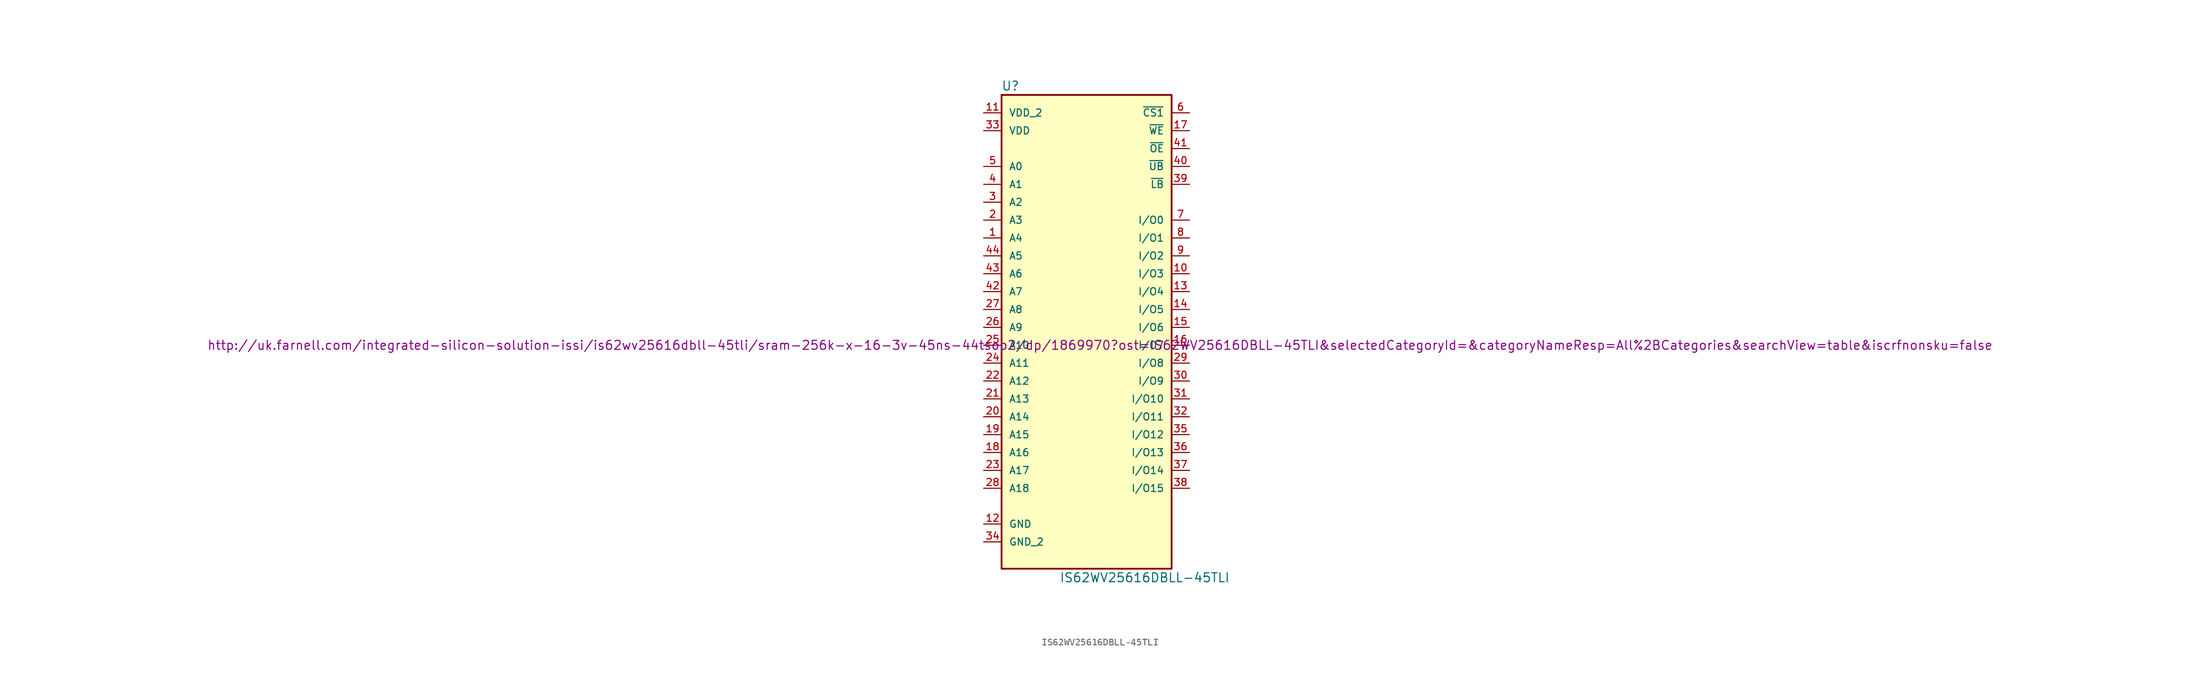
<source format=kicad_sym>
(kicad_symbol_lib
  (version 20220914)
  (generator kicad_symbol_editor)
  (symbol "IS62WV25616DBLL-45TLI"
    (pin_names
      (offset 1.016))
    (property "Reference" "U"
      (at -11.43 38.1 0)
      (effects (font (size 1.27 1.27))))
    (property "Value" "IS62WV25616DBLL-45TLI"
      (at 7.62 -31.75 0)
      (effects (font (size 1.27 1.27))))
    (property "Datasheet" "http://uk.farnell.com/integrated-silicon-solution-issi/is62wv25616dbll-45tli/sram-256k-x-16-3v-45ns-44tsop2/dp/1869970?ost=IS62WV25616DBLL-45TLI&selectedCategoryId=&categoryNameResp=All%2BCategories&searchView=table&iscrfnonsku=false"
      (at 1.27 1.27 0)
      (effects (font (size 1.27 1.27))))
    (symbol "IS62WV25616DBLL-45TLI_0_1"
      (rectangle (start -12.7 36.83) (end 11.43 -30.48) (stroke (width 0.254) (type solid)) (fill (type background))))
    (symbol "IS62WV25616DBLL-45TLI_1_1"
      (pin input line (at -15.24 16.51 0) (length 2.54) (name "A4" (effects (font (size 1.016 1.016)))) (number "1" (effects (font (size 1.016 1.016)))))
      (pin tri_state line (at 13.97 11.43 180) (length 2.54) (name "I/O3" (effects (font (size 1.016 1.016)))) (number "10" (effects (font (size 1.016 1.016)))))
      (pin power_in line (at -15.24 34.29 0) (length 2.54) (name "VDD_2" (effects (font (size 1.016 1.016)))) (number "11" (effects (font (size 1.016 1.016)))))
      (pin power_in line (at -15.24 -24.13 0) (length 2.54) (name "GND" (effects (font (size 1.016 1.016)))) (number "12" (effects (font (size 1.016 1.016)))))
      (pin tri_state line (at 13.97 8.89 180) (length 2.54) (name "I/O4" (effects (font (size 1.016 1.016)))) (number "13" (effects (font (size 1.016 1.016)))))
      (pin tri_state line (at 13.97 6.35 180) (length 2.54) (name "I/O5" (effects (font (size 1.016 1.016)))) (number "14" (effects (font (size 1.016 1.016)))))
      (pin tri_state line (at 13.97 3.81 180) (length 2.54) (name "I/O6" (effects (font (size 1.016 1.016)))) (number "15" (effects (font (size 1.016 1.016)))))
      (pin tri_state line (at 13.97 1.27 180) (length 2.54) (name "I/O7" (effects (font (size 1.016 1.016)))) (number "16" (effects (font (size 1.016 1.016)))))
      (pin input line (at 13.97 31.75 180) (length 2.54) (name "~{WE}" (effects (font (size 1.016 1.016)))) (number "17" (effects (font (size 1.016 1.016)))))
      (pin input line (at -15.24 -13.97 0) (length 2.54) (name "A16" (effects (font (size 1.016 1.016)))) (number "18" (effects (font (size 1.016 1.016)))))
      (pin input line (at -15.24 -11.43 0) (length 2.54) (name "A15" (effects (font (size 1.016 1.016)))) (number "19" (effects (font (size 1.016 1.016)))))
      (pin input line (at -15.24 19.05 0) (length 2.54) (name "A3" (effects (font (size 1.016 1.016)))) (number "2" (effects (font (size 1.016 1.016)))))
      (pin input line (at -15.24 -8.89 0) (length 2.54) (name "A14" (effects (font (size 1.016 1.016)))) (number "20" (effects (font (size 1.016 1.016)))))
      (pin input line (at -15.24 -6.35 0) (length 2.54) (name "A13" (effects (font (size 1.016 1.016)))) (number "21" (effects (font (size 1.016 1.016)))))
      (pin input line (at -15.24 -3.81 0) (length 2.54) (name "A12" (effects (font (size 1.016 1.016)))) (number "22" (effects (font (size 1.016 1.016)))))
      (pin input line (at -15.24 -16.51 0) (length 2.54) (name "A17" (effects (font (size 1.016 1.016)))) (number "23" (effects (font (size 1.016 1.016)))))
      (pin input line (at -15.24 -1.27 0) (length 2.54) (name "A11" (effects (font (size 1.016 1.016)))) (number "24" (effects (font (size 1.016 1.016)))))
      (pin input line (at -15.24 1.27 0) (length 2.54) (name "A10" (effects (font (size 1.016 1.016)))) (number "25" (effects (font (size 1.016 1.016)))))
      (pin input line (at -15.24 3.81 0) (length 2.54) (name "A9" (effects (font (size 1.016 1.016)))) (number "26" (effects (font (size 1.016 1.016)))))
      (pin input line (at -15.24 6.35 0) (length 2.54) (name "A8" (effects (font (size 1.016 1.016)))) (number "27" (effects (font (size 1.016 1.016)))))
      (pin input line (at -15.24 -19.05 0) (length 2.54) (name "A18" (effects (font (size 1.016 1.016)))) (number "28" (effects (font (size 1.016 1.016)))))
      (pin tri_state line (at 13.97 -1.27 180) (length 2.54) (name "I/O8" (effects (font (size 1.016 1.016)))) (number "29" (effects (font (size 1.016 1.016)))))
      (pin input line (at -15.24 21.59 0) (length 2.54) (name "A2" (effects (font (size 1.016 1.016)))) (number "3" (effects (font (size 1.016 1.016)))))
      (pin tri_state line (at 13.97 -3.81 180) (length 2.54) (name "I/O9" (effects (font (size 1.016 1.016)))) (number "30" (effects (font (size 1.016 1.016)))))
      (pin tri_state line (at 13.97 -6.35 180) (length 2.54) (name "I/O10" (effects (font (size 1.016 1.016)))) (number "31" (effects (font (size 1.016 1.016)))))
      (pin tri_state line (at 13.97 -8.89 180) (length 2.54) (name "I/O11" (effects (font (size 1.016 1.016)))) (number "32" (effects (font (size 1.016 1.016)))))
      (pin power_in line (at -15.24 31.75 0) (length 2.54) (name "VDD" (effects (font (size 1.016 1.016)))) (number "33" (effects (font (size 1.016 1.016)))))
      (pin power_in line (at -15.24 -26.67 0) (length 2.54) (name "GND_2" (effects (font (size 1.016 1.016)))) (number "34" (effects (font (size 1.016 1.016)))))
      (pin tri_state line (at 13.97 -11.43 180) (length 2.54) (name "I/O12" (effects (font (size 1.016 1.016)))) (number "35" (effects (font (size 1.016 1.016)))))
      (pin tri_state line (at 13.97 -13.97 180) (length 2.54) (name "I/O13" (effects (font (size 1.016 1.016)))) (number "36" (effects (font (size 1.016 1.016)))))
      (pin tri_state line (at 13.97 -16.51 180) (length 2.54) (name "I/O14" (effects (font (size 1.016 1.016)))) (number "37" (effects (font (size 1.016 1.016)))))
      (pin tri_state line (at 13.97 -19.05 180) (length 2.54) (name "I/O15" (effects (font (size 1.016 1.016)))) (number "38" (effects (font (size 1.016 1.016)))))
      (pin input line (at 13.97 24.13 180) (length 2.54) (name "~{LB}" (effects (font (size 1.016 1.016)))) (number "39" (effects (font (size 1.016 1.016)))))
      (pin input line (at -15.24 24.13 0) (length 2.54) (name "A1" (effects (font (size 1.016 1.016)))) (number "4" (effects (font (size 1.016 1.016)))))
      (pin input line (at 13.97 26.67 180) (length 2.54) (name "~{UB}" (effects (font (size 1.016 1.016)))) (number "40" (effects (font (size 1.016 1.016)))))
      (pin input line (at 13.97 29.21 180) (length 2.54) (name "~{OE}" (effects (font (size 1.016 1.016)))) (number "41" (effects (font (size 1.016 1.016)))))
      (pin input line (at -15.24 8.89 0) (length 2.54) (name "A7" (effects (font (size 1.016 1.016)))) (number "42" (effects (font (size 1.016 1.016)))))
      (pin input line (at -15.24 11.43 0) (length 2.54) (name "A6" (effects (font (size 1.016 1.016)))) (number "43" (effects (font (size 1.016 1.016)))))
      (pin input line (at -15.24 13.97 0) (length 2.54) (name "A5" (effects (font (size 1.016 1.016)))) (number "44" (effects (font (size 1.016 1.016)))))
      (pin input line (at -15.24 26.67 0) (length 2.54) (name "A0" (effects (font (size 1.016 1.016)))) (number "5" (effects (font (size 1.016 1.016)))))
      (pin input line (at 13.97 34.29 180) (length 2.54) (name "~{CS1}" (effects (font (size 1.016 1.016)))) (number "6" (effects (font (size 1.016 1.016)))))
      (pin tri_state line (at 13.97 19.05 180) (length 2.54) (name "I/O0" (effects (font (size 1.016 1.016)))) (number "7" (effects (font (size 1.016 1.016)))))
      (pin tri_state line (at 13.97 16.51 180) (length 2.54) (name "I/O1" (effects (font (size 1.016 1.016)))) (number "8" (effects (font (size 1.016 1.016)))))
      (pin tri_state line (at 13.97 13.97 180) (length 2.54) (name "I/O2" (effects (font (size 1.016 1.016)))) (number "9" (effects (font (size 1.016 1.016))))))))
</source>
